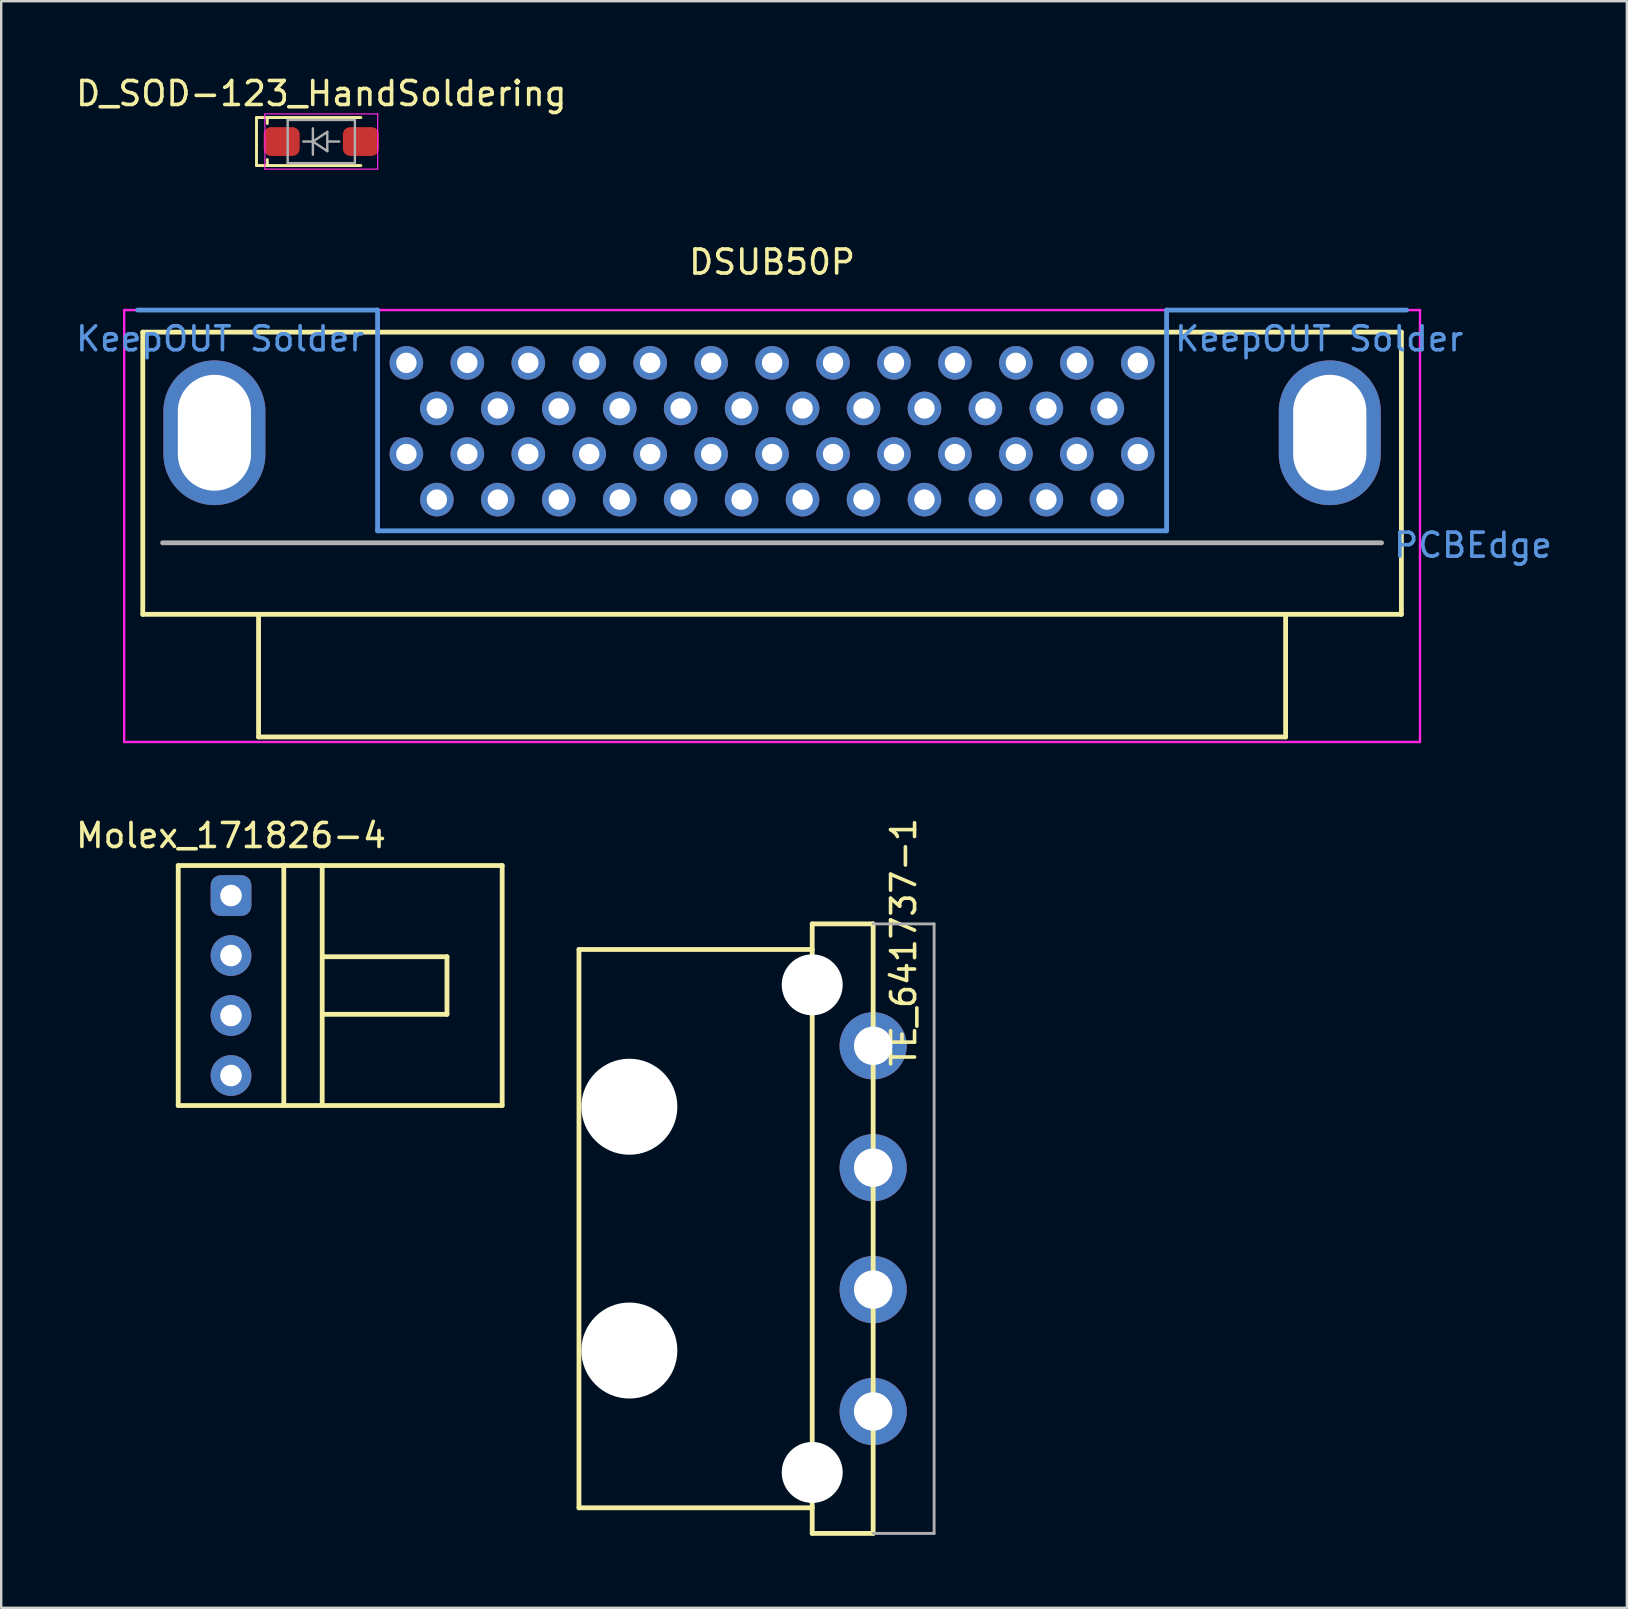
<source format=kicad_pcb>
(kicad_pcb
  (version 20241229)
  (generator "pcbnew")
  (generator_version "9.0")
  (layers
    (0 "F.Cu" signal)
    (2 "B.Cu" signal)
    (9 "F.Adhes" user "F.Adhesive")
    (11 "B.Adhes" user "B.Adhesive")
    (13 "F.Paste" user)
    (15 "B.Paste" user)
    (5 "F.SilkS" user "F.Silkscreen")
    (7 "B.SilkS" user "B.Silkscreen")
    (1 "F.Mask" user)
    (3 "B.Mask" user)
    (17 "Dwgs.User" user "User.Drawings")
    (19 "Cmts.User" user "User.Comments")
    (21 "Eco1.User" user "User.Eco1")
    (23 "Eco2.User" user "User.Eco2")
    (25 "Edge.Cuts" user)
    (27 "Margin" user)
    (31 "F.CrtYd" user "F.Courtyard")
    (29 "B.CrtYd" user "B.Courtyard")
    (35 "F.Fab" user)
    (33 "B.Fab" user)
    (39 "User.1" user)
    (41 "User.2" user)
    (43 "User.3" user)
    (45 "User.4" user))
  (footprint "TE_641737-1"
    (layer "F.Cu")
    (at 23.177 48.151)
    (property "Reference" "TE_641737-1" (at 11.43 -11.938 90) (layer "F.SilkS") (effects (font (size 1 1) (thickness 0.15))))
    (attr through_hole)
    (fp_line (start -2.1 -11.633) (end -2.1 11.633) (stroke (width 0.2) (type solid)) (layer "F.SilkS"))
    (fp_line (start -2.1 -11.633) (end 7.62 -11.633) (stroke (width 0.2) (type solid)) (layer "F.SilkS"))
    (fp_line (start -2.1 11.633) (end 7.62 11.633) (stroke (width 0.2) (type solid)) (layer "F.SilkS"))
    (fp_line (start 7.62 -12.7) (end 7.62 12.7) (stroke (width 0.2) (type solid)) (layer "F.SilkS"))
    (fp_line (start 7.62 -12.7) (end 10.16 -12.7) (stroke (width 0.2) (type solid)) (layer "F.SilkS"))
    (fp_line (start 10.16 -12.7) (end 10.16 12.7) (stroke (width 0.2) (type solid)) (layer "F.SilkS"))
    (fp_line (start 10.16 12.7) (end 7.62 12.7) (stroke (width 0.2) (type solid)) (layer "F.SilkS"))
    (fp_line (start 12.7 -12.7) (end 10.16 -12.7) (stroke (width 0.12) (type solid)) (layer "F.Fab"))
    (fp_line (start 12.7 -12.7) (end 12.7 12.7) (stroke (width 0.12) (type solid)) (layer "F.Fab"))
    (fp_line (start 12.7 12.7) (end 10.16 12.7) (stroke (width 0.12) (type solid)) (layer "F.Fab"))
    (pad "" np_thru_hole circle (at 0 -5.08) (size 4 4) (drill 4) (layers "*.Cu" "*.Mask"))
    (pad "" np_thru_hole circle (at 0 5.08) (size 4 4) (drill 4) (layers "*.Cu" "*.Mask"))
    (pad "" np_thru_hole circle (at 7.62 -10.16) (size 2.54 2.54) (drill 2.54) (layers "*.Cu" "*.Mask"))
    (pad "" np_thru_hole circle (at 7.62 10.16) (size 2.54 2.54) (drill 2.54) (layers "*.Cu" "*.Mask"))
    (pad "1" thru_hole circle (at 10.16 -7.62) (size 2.8 2.8) (drill 1.6) (layers "*.Cu" "*.Mask"))
    (pad "2" thru_hole circle (at 10.16 -2.54) (size 2.8 2.8) (drill 1.6) (layers "*.Cu" "*.Mask"))
    (pad "3" thru_hole circle (at 10.16 2.54) (size 2.8 2.8) (drill 1.6) (layers "*.Cu" "*.Mask"))
    (pad "4" thru_hole circle (at 10.16 7.62) (size 2.8 2.8) (drill 1.6) (layers "*.Cu" "*.Mask")))
  (footprint "DSUB50P"
    (layer "F.Cu")
    (at 29.125 15.871)
    (property "Reference" "DSUB50P" (at 0 -8 0) (layer "F.SilkS") (effects (font (size 1 1) (thickness 0.15))))
    (attr through_hole)
    (fp_line (start -26.225 -5.08) (end -26.225 6.68) (stroke (width 0.2) (type solid)) (layer "F.SilkS"))
    (fp_line (start -26.225 -5.08) (end 26.225 -5.08) (stroke (width 0.2) (type solid)) (layer "F.SilkS"))
    (fp_line (start -26.225 6.68) (end 26.225 6.68) (stroke (width 0.2) (type solid)) (layer "F.SilkS"))
    (fp_line (start -21.4 6.68) (end -21.4 11.79) (stroke (width 0.2) (type solid)) (layer "F.SilkS"))
    (fp_line (start -21.4 11.79) (end 21.4 11.79) (stroke (width 0.2) (type solid)) (layer "F.SilkS"))
    (fp_line (start 21.4 6.68) (end 21.4 11.79) (stroke (width 0.2) (type solid)) (layer "F.SilkS"))
    (fp_line (start 26.225 -5.08) (end 26.225 6.68) (stroke (width 0.2) (type solid)) (layer "F.SilkS"))
    (fp_line (start -26.44 -6) (end -16.44 -6) (stroke (width 0.2) (type solid)) (layer "Cmts.User"))
    (fp_line (start -16.44 3.2) (end -16.44 -6) (stroke (width 0.2) (type solid)) (layer "Cmts.User"))
    (fp_line (start -16.44 3.2) (end 16.44 3.2) (stroke (width 0.2) (type solid)) (layer "Cmts.User"))
    (fp_line (start 16.44 -6) (end 26.44 -6) (stroke (width 0.2) (type solid)) (layer "Cmts.User"))
    (fp_line (start 16.44 3.2) (end 16.44 -6) (stroke (width 0.2) (type solid)) (layer "Cmts.User"))
    (fp_line (start -27 -6) (end -27 12) (stroke (width 0.1) (type solid)) (layer "F.CrtYd"))
    (fp_line (start 27 -6) (end -27 -6) (stroke (width 0.1) (type solid)) (layer "F.CrtYd"))
    (fp_line (start 27 -6) (end 27 12) (stroke (width 0.1) (type solid)) (layer "F.CrtYd"))
    (fp_line (start 27 12) (end -27 12) (stroke (width 0.1) (type solid)) (layer "F.CrtYd"))
    (fp_line (start -25.4 3.7) (end 25.4 3.7) (stroke (width 0.2) (type solid)) (layer "F.Fab"))
    (fp_text user "KeepOUT Solder" (at -23 -4.8 0) (layer "Cmts.User") (effects (font (size 1 1) (thickness 0.15))))
    (fp_text user "KeepOUT Solder" (at 22.8 -4.8 0) (layer "Cmts.User") (effects (font (size 1 1) (thickness 0.15))))
    (fp_text user "PCBEdge" (at 29.21 3.8 0) (layer "Cmts.User") (effects (font (size 1 1) (thickness 0.15))))
    (pad "1" thru_hole circle (at 15.24 -3.8) (size 1.4 1.4) (drill 0.85) (layers "*.Cu" "*.Mask"))
    (pad "2" thru_hole circle (at 13.97 -1.9) (size 1.4 1.4) (drill 0.85) (layers "*.Cu" "*.Mask"))
    (pad "3" thru_hole circle (at 12.7 -3.8) (size 1.4 1.4) (drill 0.85) (layers "*.Cu" "*.Mask"))
    (pad "4" thru_hole circle (at 11.43 -1.9) (size 1.4 1.4) (drill 0.85) (layers "*.Cu" "*.Mask"))
    (pad "5" thru_hole circle (at 10.16 -3.8) (size 1.4 1.4) (drill 0.85) (layers "*.Cu" "*.Mask"))
    (pad "6" thru_hole circle (at 8.89 -1.9) (size 1.4 1.4) (drill 0.85) (layers "*.Cu" "*.Mask"))
    (pad "7" thru_hole circle (at 7.62 -3.8) (size 1.4 1.4) (drill 0.85) (layers "*.Cu" "*.Mask"))
    (pad "8" thru_hole circle (at 6.35 -1.9) (size 1.4 1.4) (drill 0.85) (layers "*.Cu" "*.Mask"))
    (pad "9" thru_hole circle (at 5.08 -3.8) (size 1.4 1.4) (drill 0.85) (layers "*.Cu" "*.Mask"))
    (pad "10" thru_hole circle (at 3.81 -1.9) (size 1.4 1.4) (drill 0.85) (layers "*.Cu" "*.Mask"))
    (pad "11" thru_hole circle (at 2.54 -3.8) (size 1.4 1.4) (drill 0.85) (layers "*.Cu" "*.Mask"))
    (pad "12" thru_hole circle (at 1.27 -1.9) (size 1.4 1.4) (drill 0.85) (layers "*.Cu" "*.Mask"))
    (pad "13" thru_hole circle (at 0 -3.8) (size 1.4 1.4) (drill 0.85) (layers "*.Cu" "*.Mask"))
    (pad "14" thru_hole circle (at -1.27 -1.9) (size 1.4 1.4) (drill 0.85) (layers "*.Cu" "*.Mask"))
    (pad "15" thru_hole circle (at -2.54 -3.8) (size 1.4 1.4) (drill 0.85) (layers "*.Cu" "*.Mask"))
    (pad "16" thru_hole circle (at -3.81 -1.9) (size 1.4 1.4) (drill 0.85) (layers "*.Cu" "*.Mask"))
    (pad "17" thru_hole circle (at -5.08 -3.8) (size 1.4 1.4) (drill 0.85) (layers "*.Cu" "*.Mask"))
    (pad "18" thru_hole circle (at -6.35 -1.9) (size 1.4 1.4) (drill 0.85) (layers "*.Cu" "*.Mask"))
    (pad "19" thru_hole circle (at -7.62 -3.8) (size 1.4 1.4) (drill 0.85) (layers "*.Cu" "*.Mask"))
    (pad "20" thru_hole circle (at -8.89 -1.9) (size 1.4 1.4) (drill 0.85) (layers "*.Cu" "*.Mask"))
    (pad "21" thru_hole circle (at -10.16 -3.8) (size 1.4 1.4) (drill 0.85) (layers "*.Cu" "*.Mask"))
    (pad "22" thru_hole circle (at -11.43 -1.9) (size 1.4 1.4) (drill 0.85) (layers "*.Cu" "*.Mask"))
    (pad "23" thru_hole circle (at -12.7 -3.8) (size 1.4 1.4) (drill 0.85) (layers "*.Cu" "*.Mask"))
    (pad "24" thru_hole circle (at -13.97 -1.9) (size 1.4 1.4) (drill 0.85) (layers "*.Cu" "*.Mask"))
    (pad "25" thru_hole circle (at -15.24 -3.8) (size 1.4 1.4) (drill 0.85) (layers "*.Cu" "*.Mask"))
    (pad "26" thru_hole circle (at 15.24 0) (size 1.4 1.4) (drill 0.85) (layers "*.Cu" "*.Mask"))
    (pad "27" thru_hole circle (at 13.97 1.9) (size 1.4 1.4) (drill 0.85) (layers "*.Cu" "*.Mask"))
    (pad "28" thru_hole circle (at 12.7 0) (size 1.4 1.4) (drill 0.85) (layers "*.Cu" "*.Mask"))
    (pad "29" thru_hole circle (at 11.43 1.9) (size 1.4 1.4) (drill 0.85) (layers "*.Cu" "*.Mask"))
    (pad "30" thru_hole circle (at 10.16 0) (size 1.4 1.4) (drill 0.85) (layers "*.Cu" "*.Mask"))
    (pad "31" thru_hole circle (at 8.89 1.9) (size 1.4 1.4) (drill 0.85) (layers "*.Cu" "*.Mask"))
    (pad "32" thru_hole circle (at 7.62 0) (size 1.4 1.4) (drill 0.85) (layers "*.Cu" "*.Mask"))
    (pad "33" thru_hole circle (at 6.35 1.9) (size 1.4 1.4) (drill 0.85) (layers "*.Cu" "*.Mask"))
    (pad "34" thru_hole circle (at 5.08 0) (size 1.4 1.4) (drill 0.85) (layers "*.Cu" "*.Mask"))
    (pad "35" thru_hole circle (at 3.81 1.9) (size 1.4 1.4) (drill 0.85) (layers "*.Cu" "*.Mask"))
    (pad "36" thru_hole circle (at 2.54 0) (size 1.4 1.4) (drill 0.85) (layers "*.Cu" "*.Mask"))
    (pad "37" thru_hole circle (at 1.27 1.9) (size 1.4 1.4) (drill 0.85) (layers "*.Cu" "*.Mask"))
    (pad "38" thru_hole circle (at 0 0) (size 1.4 1.4) (drill 0.85) (layers "*.Cu" "*.Mask"))
    (pad "39" thru_hole circle (at -1.27 1.9) (size 1.4 1.4) (drill 0.85) (layers "*.Cu" "*.Mask"))
    (pad "40" thru_hole circle (at -2.54 0) (size 1.4 1.4) (drill 0.85) (layers "*.Cu" "*.Mask"))
    (pad "41" thru_hole circle (at -3.81 1.9) (size 1.4 1.4) (drill 0.85) (layers "*.Cu" "*.Mask"))
    (pad "42" thru_hole circle (at -5.08 0) (size 1.4 1.4) (drill 0.85) (layers "*.Cu" "*.Mask"))
    (pad "43" thru_hole circle (at -6.35 1.9) (size 1.4 1.4) (drill 0.85) (layers "*.Cu" "*.Mask"))
    (pad "44" thru_hole circle (at -7.62 0) (size 1.4 1.4) (drill 0.85) (layers "*.Cu" "*.Mask"))
    (pad "45" thru_hole circle (at -8.89 1.9) (size 1.4 1.4) (drill 0.85) (layers "*.Cu" "*.Mask"))
    (pad "46" thru_hole circle (at -10.16 0) (size 1.4 1.4) (drill 0.85) (layers "*.Cu" "*.Mask"))
    (pad "47" thru_hole circle (at -11.43 1.9) (size 1.4 1.4) (drill 0.85) (layers "*.Cu" "*.Mask"))
    (pad "48" thru_hole circle (at -12.7 0) (size 1.4 1.4) (drill 0.85) (layers "*.Cu" "*.Mask"))
    (pad "49" thru_hole circle (at -13.97 1.9) (size 1.4 1.4) (drill 0.85) (layers "*.Cu" "*.Mask"))
    (pad "50" thru_hole circle (at -15.24 0) (size 1.4 1.4) (drill 0.85) (layers "*.Cu" "*.Mask"))
    (pad "51" thru_hole oval (at 23.24 -0.887) (size 4.25 6.03) (drill oval 3.05 4.83) (layers "*.Cu" "*.Mask"))
    (pad "52" thru_hole oval (at -23.24 -0.887) (size 4.25 6.03) (drill oval 3.05 4.83) (layers "*.Cu" "*.Mask")))
  (footprint "D_SOD-123_HandSoldering"
    (layer "F.Cu")
    (at 10.339 2.848)
    (property "Reference" "D_SOD-123_HandSoldering" (at 0 -2 0) (layer "F.SilkS") (effects (font (size 1 1) (thickness 0.15))))
    (attr smd)
    (fp_line (start -2.7 -1) (end -2.7 1) (stroke (width 0.12) (type solid)) (layer "F.SilkS"))
    (fp_line (start -2.7 -1) (end 1.65 -1) (stroke (width 0.12) (type solid)) (layer "F.SilkS"))
    (fp_line (start -2.7 1) (end 1.65 1) (stroke (width 0.12) (type solid)) (layer "F.SilkS"))
    (fp_line (start -2.25 -1) (end -2.25 -0.75) (stroke (width 0.12) (type solid)) (layer "F.SilkS"))
    (fp_line (start -2.25 0.75) (end -2.25 1) (stroke (width 0.12) (type solid)) (layer "F.SilkS"))
    (fp_line (start -2.35 -1.15) (end -2.35 1.15) (stroke (width 0.05) (type solid)) (layer "F.CrtYd"))
    (fp_line (start -2.35 -1.15) (end 2.35 -1.15) (stroke (width 0.05) (type solid)) (layer "F.CrtYd"))
    (fp_line (start 2.35 -1.15) (end 2.35 1.15) (stroke (width 0.05) (type solid)) (layer "F.CrtYd"))
    (fp_line (start 2.35 1.15) (end -2.35 1.15) (stroke (width 0.05) (type solid)) (layer "F.CrtYd"))
    (fp_line (start -1.4 -0.9) (end 1.4 -0.9) (stroke (width 0.1) (type solid)) (layer "F.Fab"))
    (fp_line (start -1.4 0.9) (end -1.4 -0.9) (stroke (width 0.1) (type solid)) (layer "F.Fab"))
    (fp_line (start -0.75 0) (end -0.35 0) (stroke (width 0.1) (type solid)) (layer "F.Fab"))
    (fp_line (start -0.35 0) (end -0.35 -0.55) (stroke (width 0.1) (type solid)) (layer "F.Fab"))
    (fp_line (start -0.35 0) (end -0.35 0.55) (stroke (width 0.1) (type solid)) (layer "F.Fab"))
    (fp_line (start -0.35 0) (end 0.25 -0.4) (stroke (width 0.1) (type solid)) (layer "F.Fab"))
    (fp_line (start 0.25 -0.4) (end 0.25 0.4) (stroke (width 0.1) (type solid)) (layer "F.Fab"))
    (fp_line (start 0.25 0) (end 0.75 0) (stroke (width 0.1) (type solid)) (layer "F.Fab"))
    (fp_line (start 0.25 0.4) (end -0.35 0) (stroke (width 0.1) (type solid)) (layer "F.Fab"))
    (fp_line (start 1.4 -0.9) (end 1.4 0.9) (stroke (width 0.1) (type solid)) (layer "F.Fab"))
    (fp_line (start 1.4 0.9) (end -1.4 0.9) (stroke (width 0.1) (type solid)) (layer "F.Fab"))
    (pad "1" smd roundrect (at -1.65 0) (size 1.5 1.2) (layers "F.Cu" "F.Mask" "F.Paste") (roundrect_rratio 0.25))
    (pad "2" smd roundrect (at 1.65 0) (size 1.5 1.2) (layers "F.Cu" "F.Mask" "F.Paste") (roundrect_rratio 0.25)))
  (footprint "Molex_171826-4"
    (layer "F.Cu")
    (at 6.577 41.77)
    (property "Reference" "Molex_171826-4" (at 0 -10 180) (layer "F.SilkS") (effects (font (size 1 1) (thickness 0.15))))
    (attr through_hole)
    (fp_line (start -2.2 -8.75) (end -2.2 1.25) (stroke (width 0.2) (type solid)) (layer "F.SilkS"))
    (fp_line (start -2.2 -8.75) (end 11.3 -8.75) (stroke (width 0.2) (type solid)) (layer "F.SilkS"))
    (fp_line (start -2.2 1.25) (end 11.3 1.25) (stroke (width 0.2) (type solid)) (layer "F.SilkS"))
    (fp_line (start 2.2 -8.75) (end 2.2 1.25) (stroke (width 0.2) (type solid)) (layer "F.SilkS"))
    (fp_line (start 3.8 -8.75) (end 3.8 1.25) (stroke (width 0.2) (type solid)) (layer "F.SilkS"))
    (fp_line (start 3.81 -4.95) (end 9 -4.95) (stroke (width 0.2) (type solid)) (layer "F.SilkS"))
    (fp_line (start 3.81 -2.55) (end 9 -2.55) (stroke (width 0.2) (type solid)) (layer "F.SilkS"))
    (fp_line (start 9 -4.95) (end 9 -2.55) (stroke (width 0.2) (type solid)) (layer "F.SilkS"))
    (fp_line (start 11.3 -8.75) (end 11.3 1.25) (stroke (width 0.2) (type solid)) (layer "F.SilkS"))
    (pad "1" thru_hole roundrect (at 0 -7.5) (size 1.7 1.7) (drill 0.9) (layers "*.Cu" "*.Mask") (roundrect_rratio 0.25))
    (pad "2" thru_hole circle (at 0 -5) (size 1.7 1.7) (drill 0.9) (layers "*.Cu" "*.Mask"))
    (pad "3" thru_hole circle (at 0 -2.5) (size 1.7 1.7) (drill 0.9) (layers "*.Cu" "*.Mask"))
    (pad "4" thru_hole circle (at 0 0) (size 1.7 1.7) (drill 0.9) (layers "*.Cu" "*.Mask")))
  (gr_rect
    (start -3 -3)
    (end 64.746 63.951)
    (stroke (width 0.1) (type default))
    (fill no)
    (layer "Edge.Cuts")))
</source>
